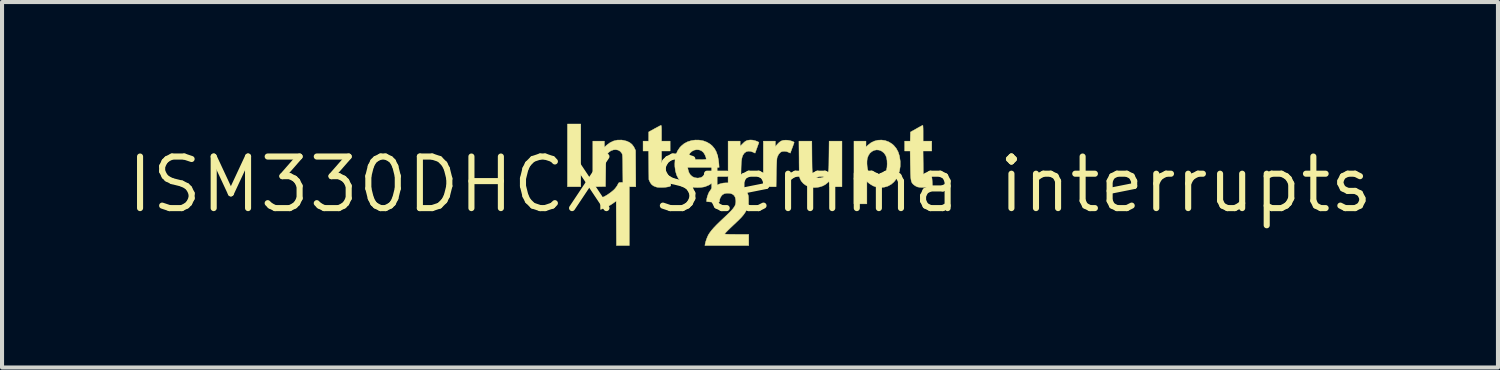
<source format=kicad_pcb>
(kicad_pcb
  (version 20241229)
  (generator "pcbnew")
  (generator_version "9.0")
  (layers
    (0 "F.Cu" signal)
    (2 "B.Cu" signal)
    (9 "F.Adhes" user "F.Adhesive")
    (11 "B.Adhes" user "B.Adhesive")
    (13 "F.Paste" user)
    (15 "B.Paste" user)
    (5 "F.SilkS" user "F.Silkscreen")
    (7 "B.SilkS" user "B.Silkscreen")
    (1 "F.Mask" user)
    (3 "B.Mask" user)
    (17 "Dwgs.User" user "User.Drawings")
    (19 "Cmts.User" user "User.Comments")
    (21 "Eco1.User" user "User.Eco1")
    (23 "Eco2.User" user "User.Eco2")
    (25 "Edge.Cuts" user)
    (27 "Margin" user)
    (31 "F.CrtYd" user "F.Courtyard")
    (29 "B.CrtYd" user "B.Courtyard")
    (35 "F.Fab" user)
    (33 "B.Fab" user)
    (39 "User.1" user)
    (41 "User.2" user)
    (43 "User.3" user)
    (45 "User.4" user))
  (footprint "ISM330DHCX Stemma interrupts"
    (layer "F.Cu")
    (at 15.429 1.497)
    (property "Reference" "ISM330DHCX Stemma interrupts" (at 0 0 0) (layer "F.SilkS") (effects (font (size 1.27 1.27) (thickness 0.15))))
    (attr through_hole)
    (fp_poly (pts (xy -4.17 0.053) (xy -4.498 0.053) (xy -4.498 -1.492) (xy -4.17 -1.492) (xy -4.17 0.053)) (stroke (width 0.01) (type solid)) (fill yes) (layer "F.SilkS"))
    (fp_poly (pts (xy 0.934 -1.091) (xy 0.979 -1.083) (xy 1.022 -1.072) (xy 1.057 -1.06) (xy 1.081 -1.047) (xy 1.087 -1.034) (xy 1.087 -1.033) (xy 1.082 -1.019) (xy 1.071 -0.99) (xy 1.056 -0.948) (xy 1.039 -0.9) (xy 1.037 -0.897) (xy 0.992 -0.774) (xy 0.948 -0.796) (xy 0.9 -0.814) (xy 0.848 -0.82) (xy 0.799 -0.816) (xy 0.759 -0.801) (xy 0.755 -0.798) (xy 0.709 -0.752) (xy 0.677 -0.691) (xy 0.666 -0.658) (xy 0.663 -0.633) (xy 0.659 -0.588) (xy 0.656 -0.527) (xy 0.653 -0.451) (xy 0.65 -0.363) (xy 0.649 -0.278) (xy 0.643 0.053) (xy 0.328 0.053) (xy 0.328 -1.069) (xy 0.624 -1.069) (xy 0.624 -0.937) (xy 0.673 -0.993) (xy 0.721 -1.041) (xy 0.766 -1.072) (xy 0.816 -1.089) (xy 0.876 -1.094) (xy 0.889 -1.094) (xy 0.934 -1.091)) (stroke (width 0.01) (type solid)) (fill yes) (layer "F.SilkS"))
    (fp_poly (pts (xy -2.189 -1.456) (xy -2.186 -1.445) (xy -2.183 -1.423) (xy -2.181 -1.387) (xy -2.18 -1.335) (xy -2.18 -1.265) (xy -2.18 -1.069) (xy -1.968 -1.069) (xy -1.968 -0.826) (xy -2.18 -0.826) (xy -2.18 -0.531) (xy -2.18 -0.444) (xy -2.18 -0.376) (xy -2.179 -0.324) (xy -2.178 -0.285) (xy -2.176 -0.257) (xy -2.173 -0.238) (xy -2.169 -0.225) (xy -2.163 -0.215) (xy -2.157 -0.207) (xy -2.142 -0.189) (xy -2.126 -0.182) (xy -2.101 -0.182) (xy -2.08 -0.184) (xy -2.043 -0.189) (xy -2.01 -0.194) (xy -1.999 -0.197) (xy -1.972 -0.203) (xy -1.959 -0.089) (xy -1.954 -0.04) (xy -1.952 -0.000352) (xy -1.953 0.026) (xy -1.955 0.033) (xy -1.978 0.046) (xy -2.017 0.056) (xy -2.068 0.064) (xy -2.125 0.069) (xy -2.184 0.071) (xy -2.24 0.07) (xy -2.288 0.065) (xy -2.314 0.059) (xy -2.376 0.034) (xy -2.421 0.001) (xy -2.454 -0.042) (xy -2.465 -0.063) (xy -2.492 -0.122) (xy -2.499 -0.826) (xy -2.567 -0.826) (xy -2.635 -0.826) (xy -2.635 -1.069) (xy -2.498 -1.069) (xy -2.497 -1.183) (xy -2.497 -1.296) (xy -2.353 -1.376) (xy -2.302 -1.403) (xy -2.258 -1.427) (xy -2.222 -1.446) (xy -2.2 -1.457) (xy -2.195 -1.459) (xy -2.189 -1.456)) (stroke (width 0.01) (type solid)) (fill yes) (layer "F.SilkS"))
    (fp_poly (pts (xy 4.26 -1.45) (xy 4.262 -1.423) (xy 4.264 -1.38) (xy 4.265 -1.326) (xy 4.265 -1.265) (xy 4.265 -1.069) (xy 4.477 -1.069) (xy 4.477 -0.826) (xy 4.263 -0.826) (xy 4.267 -0.523) (xy 4.27 -0.22) (xy 4.297 -0.199) (xy 4.318 -0.187) (xy 4.347 -0.182) (xy 4.387 -0.185) (xy 4.442 -0.196) (xy 4.447 -0.197) (xy 4.465 -0.199) (xy 4.474 -0.192) (xy 4.48 -0.172) (xy 4.482 -0.157) (xy 4.486 -0.121) (xy 4.489 -0.075) (xy 4.491 -0.037) (xy 4.493 0.036) (xy 4.445 0.05) (xy 4.401 0.06) (xy 4.346 0.066) (xy 4.284 0.07) (xy 4.223 0.07) (xy 4.17 0.066) (xy 4.13 0.059) (xy 4.127 0.059) (xy 4.09 0.042) (xy 4.051 0.017) (xy 4.035 0.005) (xy 4.015 -0.013) (xy 3.999 -0.031) (xy 3.986 -0.052) (xy 3.976 -0.078) (xy 3.968 -0.11) (xy 3.962 -0.153) (xy 3.958 -0.207) (xy 3.955 -0.275) (xy 3.953 -0.359) (xy 3.951 -0.461) (xy 3.95 -0.484) (xy 3.945 -0.826) (xy 3.81 -0.826) (xy 3.81 -1.069) (xy 3.947 -1.069) (xy 3.95 -1.182) (xy 3.953 -1.294) (xy 4.101 -1.377) (xy 4.152 -1.406) (xy 4.196 -1.43) (xy 4.23 -1.448) (xy 4.252 -1.458) (xy 4.257 -1.46) (xy 4.26 -1.45)) (stroke (width 0.01) (type solid)) (fill yes) (layer "F.SilkS"))
    (fp_poly (pts (xy 1.526 -0.675) (xy 1.527 -0.571) (xy 1.528 -0.487) (xy 1.529 -0.42) (xy 1.531 -0.367) (xy 1.533 -0.327) (xy 1.535 -0.298) (xy 1.538 -0.276) (xy 1.542 -0.261) (xy 1.546 -0.25) (xy 1.548 -0.247) (xy 1.582 -0.205) (xy 1.628 -0.176) (xy 1.682 -0.162) (xy 1.74 -0.163) (xy 1.798 -0.178) (xy 1.851 -0.208) (xy 1.876 -0.23) (xy 1.893 -0.248) (xy 1.906 -0.264) (xy 1.917 -0.282) (xy 1.925 -0.302) (xy 1.932 -0.329) (xy 1.936 -0.364) (xy 1.94 -0.409) (xy 1.942 -0.467) (xy 1.943 -0.539) (xy 1.944 -0.629) (xy 1.945 -0.701) (xy 1.949 -1.069) (xy 2.265 -1.069) (xy 2.265 0.053) (xy 1.968 0.053) (xy 1.968 -0.098) (xy 1.917 -0.05) (xy 1.855 -0.000229) (xy 1.788 0.035) (xy 1.718 0.058) (xy 1.661 0.068) (xy 1.596 0.073) (xy 1.533 0.071) (xy 1.479 0.063) (xy 1.466 0.059) (xy 1.384 0.024) (xy 1.316 -0.024) (xy 1.264 -0.084) (xy 1.236 -0.137) (xy 1.23 -0.152) (xy 1.225 -0.168) (xy 1.221 -0.185) (xy 1.218 -0.207) (xy 1.216 -0.235) (xy 1.214 -0.272) (xy 1.212 -0.32) (xy 1.211 -0.381) (xy 1.21 -0.457) (xy 1.209 -0.551) (xy 1.209 -0.632) (xy 1.205 -1.069) (xy 1.523 -1.069) (xy 1.526 -0.675)) (stroke (width 0.01) (type solid)) (fill yes) (layer "F.SilkS"))
    (fp_poly (pts (xy -3.13 -1.092) (xy -3.04 -1.07) (xy -2.968 -1.037) (xy -2.91 -0.991) (xy -2.864 -0.931) (xy -2.848 -0.9) (xy -2.82 -0.841) (xy -2.817 -0.394) (xy -2.814 0.053) (xy -2.974 0.053) (xy -2.974 1.503) (xy -3.291 1.503) (xy -3.294 0.953) (xy -3.297 0.404) (xy -3.358 0.449) (xy -3.425 0.495) (xy -3.502 0.538) (xy -3.578 0.575) (xy -3.625 0.593) (xy -3.683 0.613) (xy -3.683 0.333) (xy -3.633 0.315) (xy -3.587 0.295) (xy -3.532 0.263) (xy -3.474 0.225) (xy -3.417 0.183) (xy -3.367 0.142) (xy -3.336 0.112) (xy -3.305 0.074) (xy -3.276 0.033) (xy -3.258 0.000488) (xy -3.243 -0.03) (xy -3.23 -0.045) (xy -3.212 -0.051) (xy -3.183 -0.052) (xy -3.182 -0.052) (xy -3.132 -0.053) (xy -3.135 -0.394) (xy -3.136 -0.489) (xy -3.137 -0.565) (xy -3.138 -0.624) (xy -3.14 -0.669) (xy -3.142 -0.703) (xy -3.144 -0.728) (xy -3.148 -0.746) (xy -3.153 -0.759) (xy -3.158 -0.77) (xy -3.159 -0.771) (xy -3.198 -0.819) (xy -3.248 -0.849) (xy -3.308 -0.86) (xy -3.362 -0.856) (xy -3.426 -0.834) (xy -3.481 -0.795) (xy -3.523 -0.743) (xy -3.524 -0.74) (xy -3.551 -0.693) (xy -3.556 -0.323) (xy -3.561 0.048) (xy -3.717 0.051) (xy -3.873 0.053) (xy -3.873 -1.069) (xy -3.588 -1.069) (xy -3.588 -0.919) (xy -3.53 -0.972) (xy -3.449 -1.032) (xy -3.36 -1.074) (xy -3.266 -1.096) (xy -3.168 -1.097) (xy -3.13 -1.092)) (stroke (width 0.01) (type solid)) (fill yes) (layer "F.SilkS"))
    (fp_poly (pts (xy 3.333 -1.083) (xy 3.419 -1.051) (xy 3.499 -1.001) (xy 3.541 -0.965) (xy 3.603 -0.89) (xy 3.65 -0.803) (xy 3.682 -0.703) (xy 3.699 -0.589) (xy 3.701 -0.566) (xy 3.7 -0.445) (xy 3.683 -0.334) (xy 3.652 -0.233) (xy 3.608 -0.145) (xy 3.55 -0.07) (xy 3.482 -0.009) (xy 3.402 0.036) (xy 3.314 0.063) (xy 3.216 0.073) (xy 3.186 0.072) (xy 3.105 0.06) (xy 3.031 0.032) (xy 2.957 -0.013) (xy 2.934 -0.03) (xy 2.879 -0.075) (xy 2.879 0.476) (xy 2.561 0.476) (xy 2.561 -0.514) (xy 2.881 -0.514) (xy 2.886 -0.445) (xy 2.896 -0.383) (xy 2.906 -0.344) (xy 2.928 -0.301) (xy 2.96 -0.258) (xy 2.999 -0.219) (xy 3.037 -0.191) (xy 3.06 -0.181) (xy 3.127 -0.171) (xy 3.193 -0.177) (xy 3.235 -0.191) (xy 3.29 -0.228) (xy 3.331 -0.279) (xy 3.359 -0.345) (xy 3.375 -0.426) (xy 3.379 -0.507) (xy 3.376 -0.591) (xy 3.365 -0.659) (xy 3.344 -0.715) (xy 3.313 -0.762) (xy 3.293 -0.785) (xy 3.238 -0.827) (xy 3.179 -0.85) (xy 3.118 -0.855) (xy 3.059 -0.844) (xy 3.004 -0.816) (xy 2.955 -0.774) (xy 2.917 -0.718) (xy 2.891 -0.649) (xy 2.888 -0.636) (xy 2.882 -0.581) (xy 2.881 -0.514) (xy 2.561 -0.514) (xy 2.561 -1.069) (xy 2.857 -1.069) (xy 2.857 -0.925) (xy 2.909 -0.974) (xy 2.983 -1.032) (xy 3.065 -1.071) (xy 3.153 -1.093) (xy 3.243 -1.097) (xy 3.333 -1.083)) (stroke (width 0.01) (type solid)) (fill yes) (layer "F.SilkS"))
    (fp_poly (pts (xy -1.249 -1.095) (xy -1.153 -1.078) (xy -1.062 -1.044) (xy -0.98 -0.995) (xy -0.926 -0.947) (xy -0.872 -0.881) (xy -0.83 -0.804) (xy -0.799 -0.713) (xy -0.778 -0.607) (xy -0.767 -0.511) (xy -0.761 -0.423) (xy -1.536 -0.423) (xy -1.529 -0.378) (xy -1.508 -0.303) (xy -1.473 -0.243) (xy -1.425 -0.198) (xy -1.366 -0.17) (xy -1.297 -0.16) (xy -1.272 -0.161) (xy -1.213 -0.172) (xy -1.169 -0.196) (xy -1.134 -0.238) (xy -1.12 -0.264) (xy -1.103 -0.295) (xy -1.089 -0.31) (xy -1.075 -0.311) (xy -1.074 -0.311) (xy -1.056 -0.308) (xy -1.022 -0.302) (xy -0.976 -0.295) (xy -0.924 -0.287) (xy -0.922 -0.286) (xy -0.872 -0.278) (xy -0.83 -0.271) (xy -0.8 -0.265) (xy -0.787 -0.261) (xy -0.787 -0.261) (xy -0.788 -0.25) (xy -0.798 -0.225) (xy -0.811 -0.195) (xy -0.863 -0.112) (xy -0.931 -0.042) (xy -1.012 0.012) (xy -1.104 0.05) (xy -1.133 0.058) (xy -1.207 0.069) (xy -1.292 0.073) (xy -1.378 0.069) (xy -1.458 0.058) (xy -1.481 0.052) (xy -1.565 0.024) (xy -1.637 -0.016) (xy -1.702 -0.071) (xy -1.704 -0.073) (xy -1.764 -0.147) (xy -1.808 -0.233) (xy -1.837 -0.333) (xy -1.852 -0.446) (xy -1.853 -0.513) (xy -1.846 -0.631) (xy -1.843 -0.644) (xy -1.524 -0.644) (xy -1.524 -0.614) (xy -1.302 -0.614) (xy -1.225 -0.614) (xy -1.167 -0.615) (xy -1.126 -0.617) (xy -1.099 -0.619) (xy -1.084 -0.623) (xy -1.08 -0.627) (xy -1.079 -0.628) (xy -1.085 -0.665) (xy -1.101 -0.71) (xy -1.123 -0.754) (xy -1.147 -0.79) (xy -1.15 -0.794) (xy -1.197 -0.833) (xy -1.253 -0.855) (xy -1.314 -0.86) (xy -1.376 -0.848) (xy -1.432 -0.819) (xy -1.477 -0.777) (xy -1.508 -0.723) (xy -1.523 -0.662) (xy -1.524 -0.644) (xy -1.843 -0.644) (xy -1.824 -0.735) (xy -1.787 -0.826) (xy -1.734 -0.906) (xy -1.697 -0.947) (xy -1.623 -1.009) (xy -1.538 -1.054) (xy -1.445 -1.083) (xy -1.348 -1.097) (xy -1.249 -1.095)) (stroke (width 0.01) (type solid)) (fill yes) (layer "F.SilkS"))
    (fp_poly (pts (xy 0.055 -1.096) (xy 0.096 -1.088) (xy 0.138 -1.077) (xy 0.175 -1.063) (xy 0.204 -1.05) (xy 0.218 -1.038) (xy 0.219 -1.033) (xy 0.213 -1.018) (xy 0.202 -0.988) (xy 0.187 -0.947) (xy 0.17 -0.899) (xy 0.169 -0.897) (xy 0.124 -0.774) (xy 0.083 -0.795) (xy 0.019 -0.818) (xy -0.041 -0.823) (xy -0.094 -0.809) (xy -0.14 -0.776) (xy -0.174 -0.727) (xy -0.174 -0.727) (xy -0.187 -0.696) (xy -0.198 -0.66) (xy -0.206 -0.617) (xy -0.213 -0.565) (xy -0.217 -0.501) (xy -0.22 -0.423) (xy -0.222 -0.328) (xy -0.222 -0.245) (xy -0.222 0.023) (xy -0.159 0.085) (xy -0.109 0.14) (xy -0.072 0.196) (xy -0.066 0.208) (xy -0.054 0.236) (xy -0.045 0.262) (xy -0.04 0.29) (xy -0.038 0.326) (xy -0.037 0.376) (xy -0.037 0.397) (xy -0.037 0.451) (xy -0.039 0.49) (xy -0.043 0.52) (xy -0.05 0.546) (xy -0.062 0.575) (xy -0.076 0.606) (xy -0.104 0.66) (xy -0.136 0.711) (xy -0.173 0.76) (xy -0.219 0.813) (xy -0.276 0.871) (xy -0.347 0.939) (xy -0.352 0.944) (xy -0.43 1.017) (xy -0.497 1.081) (xy -0.55 1.133) (xy -0.589 1.173) (xy -0.614 1.202) (xy -0.624 1.217) (xy -0.624 1.218) (xy -0.614 1.221) (xy -0.584 1.223) (xy -0.537 1.225) (xy -0.473 1.227) (xy -0.395 1.227) (xy -0.328 1.228) (xy -0.032 1.228) (xy -0.032 1.503) (xy -1.112 1.503) (xy -1.105 1.463) (xy -1.093 1.412) (xy -1.074 1.352) (xy -1.051 1.293) (xy -1.028 1.244) (xy -1.022 1.233) (xy -0.988 1.182) (xy -0.945 1.125) (xy -0.89 1.062) (xy -0.822 0.991) (xy -0.739 0.91) (xy -0.665 0.84) (xy -0.584 0.764) (xy -0.518 0.7) (xy -0.465 0.646) (xy -0.424 0.6) (xy -0.394 0.559) (xy -0.372 0.523) (xy -0.359 0.488) (xy -0.352 0.453) (xy -0.35 0.417) (xy -0.351 0.387) (xy -0.363 0.321) (xy -0.389 0.271) (xy -0.431 0.237) (xy -0.486 0.217) (xy -0.512 0.214) (xy -0.578 0.213) (xy -0.629 0.223) (xy -0.67 0.245) (xy -0.679 0.251) (xy -0.709 0.285) (xy -0.734 0.328) (xy -0.749 0.372) (xy -0.751 0.392) (xy -0.752 0.413) (xy -0.757 0.428) (xy -0.769 0.437) (xy -0.79 0.441) (xy -0.823 0.441) (xy -0.873 0.438) (xy -0.919 0.434) (xy -1.069 0.42) (xy -1.069 0.387) (xy -1.064 0.346) (xy -1.051 0.295) (xy -1.032 0.24) (xy -1.01 0.19) (xy -0.967 0.126) (xy -0.907 0.069) (xy -0.834 0.022) (xy -0.752 -0.014) (xy -0.665 -0.036) (xy -0.59 -0.042) (xy -0.54 -0.042) (xy -0.54 -1.069) (xy -0.243 -1.069) (xy -0.243 -0.944) (xy -0.177 -1.01) (xy -0.141 -1.045) (xy -0.112 -1.067) (xy -0.084 -1.081) (xy -0.055 -1.09) (xy 0.001 -1.098) (xy 0.055 -1.096)) (stroke (width 0.01) (type solid)) (fill yes) (layer "F.SilkS")))
  (gr_rect
    (start -3 -3)
    (end 33.857 6.005)
    (stroke (width 0.1) (type default))
    (fill no)
    (layer "Edge.Cuts")))
</source>
